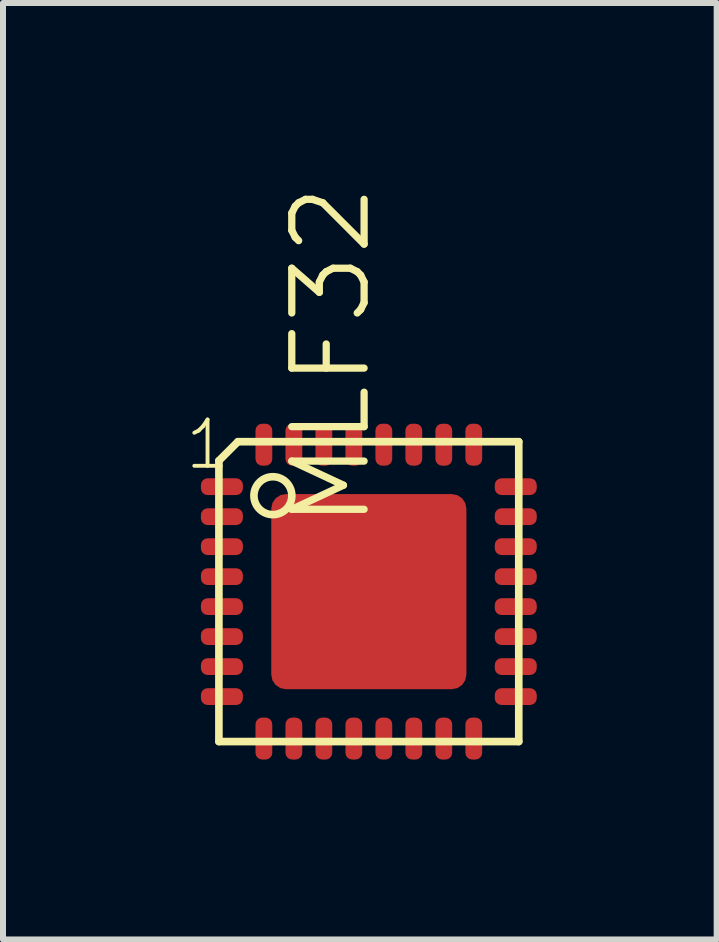
<source format=kicad_pcb>
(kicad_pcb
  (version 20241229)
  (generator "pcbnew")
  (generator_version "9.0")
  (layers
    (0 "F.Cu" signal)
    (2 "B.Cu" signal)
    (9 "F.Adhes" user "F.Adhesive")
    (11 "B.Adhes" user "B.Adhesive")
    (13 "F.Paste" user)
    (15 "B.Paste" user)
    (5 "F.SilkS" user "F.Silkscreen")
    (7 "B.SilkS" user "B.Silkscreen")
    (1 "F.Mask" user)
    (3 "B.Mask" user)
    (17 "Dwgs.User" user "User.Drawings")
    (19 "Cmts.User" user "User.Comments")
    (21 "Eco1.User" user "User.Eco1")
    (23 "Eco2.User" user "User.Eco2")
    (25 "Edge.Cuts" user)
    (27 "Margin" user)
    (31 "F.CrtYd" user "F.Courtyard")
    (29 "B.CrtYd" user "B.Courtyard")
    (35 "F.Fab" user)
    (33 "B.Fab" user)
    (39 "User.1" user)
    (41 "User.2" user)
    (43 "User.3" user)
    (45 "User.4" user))
  (footprint "MLF32"
    (layer "F.Cu")
    (at 3.1 6.815)
    (property "Reference" "MLF32" (at 0.075 -1.006 270) (layer "F.SilkS") (effects (font (size 1.206 1.206) (thickness 0.121)) (justify left bottom)))
    (attr through_hole)
    (fp_poly (pts (xy 0 -1.27) (xy 0.248 -1.246) (xy 0.486 -1.173) (xy 0.706 -1.056) (xy 0.898 -0.898) (xy 1.056 -0.706) (xy 1.173 -0.486) (xy 1.27 0) (xy 1.246 0.248) (xy 1.173 0.486) (xy 1.056 0.706) (xy 0.898 0.898) (xy 0.706 1.056) (xy 0.486 1.173) (xy 0 1.27) (xy -0.248 1.246) (xy -0.486 1.173) (xy -0.706 1.056) (xy -0.898 0.898) (xy -1.056 0.706) (xy -1.173 0.486) (xy -1.27 0) (xy -1.246 -0.248) (xy -1.173 -0.486) (xy -1.056 -0.706) (xy -0.898 -0.898) (xy -0.706 -1.056) (xy -0.486 -1.173)) (stroke (width 0) (type solid)) (fill yes) (layer "F.Mask"))
    (fp_line (start -2.5 -2.183) (end -2.5 2.5) (stroke (width 0.127) (type solid)) (layer "F.SilkS"))
    (fp_line (start -2.5 2.5) (end 2.5 2.5) (stroke (width 0.127) (type solid)) (layer "F.SilkS"))
    (fp_line (start -2.183 -2.5) (end -2.5 -2.183) (stroke (width 0.127) (type solid)) (layer "F.SilkS"))
    (fp_line (start 2.5 -2.5) (end -2.183 -2.5) (stroke (width 0.127) (type solid)) (layer "F.SilkS"))
    (fp_line (start 2.5 2.5) (end 2.5 -2.5) (stroke (width 0.127) (type solid)) (layer "F.SilkS"))
    (fp_circle (center -1.6 -1.6) (end -1.284 -1.6) (stroke (width 0.127) (type solid)) (fill no) (layer "F.SilkS"))
    (fp_poly (pts (xy -0.635 0.635) (xy 0.635 0.635) (xy 0.635 -0.635) (xy -0.635 -0.635)) (stroke (width 0) (type solid)) (fill yes) (layer "F.Paste"))
    (fp_text user "1" (at -3.1 -2 0) (layer "F.SilkS") (effects (font (size 0.772 0.772) (thickness 0.065)) (justify left bottom)))
    (pad "1" smd roundrect (at -2.45 -1.75 90) (size 0.28 0.7) (layers "F.Cu" "F.Mask" "F.Paste") (roundrect_rratio 0.4))
    (pad "2" smd roundrect (at -2.45 -1.25 90) (size 0.28 0.7) (layers "F.Cu" "F.Mask" "F.Paste") (roundrect_rratio 0.4))
    (pad "3" smd roundrect (at -2.45 -0.75 90) (size 0.28 0.7) (layers "F.Cu" "F.Mask" "F.Paste") (roundrect_rratio 0.4))
    (pad "4" smd roundrect (at -2.45 -0.25 90) (size 0.28 0.7) (layers "F.Cu" "F.Mask" "F.Paste") (roundrect_rratio 0.4))
    (pad "5" smd roundrect (at -2.45 0.25 90) (size 0.28 0.7) (layers "F.Cu" "F.Mask" "F.Paste") (roundrect_rratio 0.4))
    (pad "6" smd roundrect (at -2.45 0.75 90) (size 0.28 0.7) (layers "F.Cu" "F.Mask" "F.Paste") (roundrect_rratio 0.4))
    (pad "7" smd roundrect (at -2.45 1.25 90) (size 0.28 0.7) (layers "F.Cu" "F.Mask" "F.Paste") (roundrect_rratio 0.4))
    (pad "8" smd roundrect (at -2.45 1.75 90) (size 0.28 0.7) (layers "F.Cu" "F.Mask" "F.Paste") (roundrect_rratio 0.4))
    (pad "9" smd roundrect (at -1.75 2.45 180) (size 0.28 0.7) (layers "F.Cu" "F.Mask" "F.Paste") (roundrect_rratio 0.4))
    (pad "10" smd roundrect (at -1.25 2.45 180) (size 0.28 0.7) (layers "F.Cu" "F.Mask" "F.Paste") (roundrect_rratio 0.4))
    (pad "11" smd roundrect (at -0.75 2.45 180) (size 0.28 0.7) (layers "F.Cu" "F.Mask" "F.Paste") (roundrect_rratio 0.4))
    (pad "12" smd roundrect (at -0.25 2.45 180) (size 0.28 0.7) (layers "F.Cu" "F.Mask" "F.Paste") (roundrect_rratio 0.4))
    (pad "13" smd roundrect (at 0.25 2.45 180) (size 0.28 0.7) (layers "F.Cu" "F.Mask" "F.Paste") (roundrect_rratio 0.4))
    (pad "14" smd roundrect (at 0.75 2.45 180) (size 0.28 0.7) (layers "F.Cu" "F.Mask" "F.Paste") (roundrect_rratio 0.4))
    (pad "15" smd roundrect (at 1.25 2.45 180) (size 0.28 0.7) (layers "F.Cu" "F.Mask" "F.Paste") (roundrect_rratio 0.4))
    (pad "16" smd roundrect (at 1.75 2.45 180) (size 0.28 0.7) (layers "F.Cu" "F.Mask" "F.Paste") (roundrect_rratio 0.4))
    (pad "17" smd roundrect (at 2.45 1.75 90) (size 0.28 0.7) (layers "F.Cu" "F.Mask" "F.Paste") (roundrect_rratio 0.4))
    (pad "18" smd roundrect (at 2.45 1.25 90) (size 0.28 0.7) (layers "F.Cu" "F.Mask" "F.Paste") (roundrect_rratio 0.4))
    (pad "19" smd roundrect (at 2.45 0.75 90) (size 0.28 0.7) (layers "F.Cu" "F.Mask" "F.Paste") (roundrect_rratio 0.4))
    (pad "20" smd roundrect (at 2.45 0.25 90) (size 0.28 0.7) (layers "F.Cu" "F.Mask" "F.Paste") (roundrect_rratio 0.4))
    (pad "21" smd roundrect (at 2.45 -0.25 90) (size 0.28 0.7) (layers "F.Cu" "F.Mask" "F.Paste") (roundrect_rratio 0.4))
    (pad "22" smd roundrect (at 2.45 -0.75 90) (size 0.28 0.7) (layers "F.Cu" "F.Mask" "F.Paste") (roundrect_rratio 0.4))
    (pad "23" smd roundrect (at 2.45 -1.25 90) (size 0.28 0.7) (layers "F.Cu" "F.Mask" "F.Paste") (roundrect_rratio 0.4))
    (pad "24" smd roundrect (at 2.45 -1.75 90) (size 0.28 0.7) (layers "F.Cu" "F.Mask" "F.Paste") (roundrect_rratio 0.4))
    (pad "25" smd roundrect (at 1.75 -2.45 180) (size 0.28 0.7) (layers "F.Cu" "F.Mask" "F.Paste") (roundrect_rratio 0.4))
    (pad "26" smd roundrect (at 1.25 -2.45 180) (size 0.28 0.7) (layers "F.Cu" "F.Mask" "F.Paste") (roundrect_rratio 0.4))
    (pad "27" smd roundrect (at 0.75 -2.45 180) (size 0.28 0.7) (layers "F.Cu" "F.Mask" "F.Paste") (roundrect_rratio 0.4))
    (pad "28" smd roundrect (at 0.25 -2.45 180) (size 0.28 0.7) (layers "F.Cu" "F.Mask" "F.Paste") (roundrect_rratio 0.4))
    (pad "29" smd roundrect (at -0.25 -2.45 180) (size 0.28 0.7) (layers "F.Cu" "F.Mask" "F.Paste") (roundrect_rratio 0.4))
    (pad "30" smd roundrect (at -0.75 -2.45 180) (size 0.28 0.7) (layers "F.Cu" "F.Mask" "F.Paste") (roundrect_rratio 0.4))
    (pad "31" smd roundrect (at -1.25 -2.45 180) (size 0.28 0.7) (layers "F.Cu" "F.Mask" "F.Paste") (roundrect_rratio 0.4))
    (pad "32" smd roundrect (at -1.75 -2.45 180) (size 0.28 0.7) (layers "F.Cu" "F.Mask" "F.Paste") (roundrect_rratio 0.4))
    (pad "33" smd roundrect (at 0 0 180) (size 3.254 3.254) (layers "F.Cu" "F.Mask") (roundrect_rratio 0.075)))
  (gr_rect
    (start -3 -3)
    (end 8.9 12.615)
    (stroke (width 0.1) (type default))
    (fill no)
    (layer "Edge.Cuts")))
</source>
